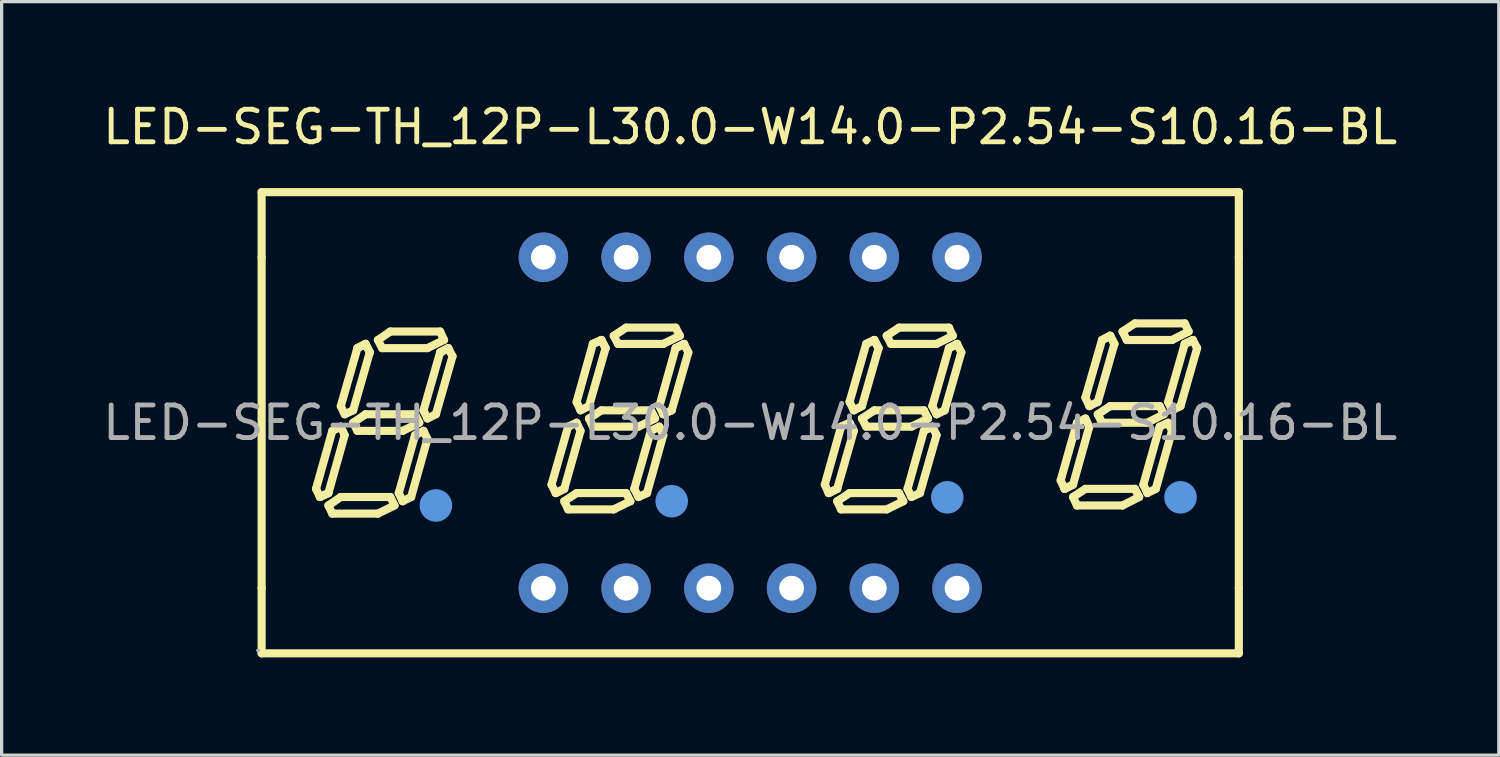
<source format=kicad_pcb>
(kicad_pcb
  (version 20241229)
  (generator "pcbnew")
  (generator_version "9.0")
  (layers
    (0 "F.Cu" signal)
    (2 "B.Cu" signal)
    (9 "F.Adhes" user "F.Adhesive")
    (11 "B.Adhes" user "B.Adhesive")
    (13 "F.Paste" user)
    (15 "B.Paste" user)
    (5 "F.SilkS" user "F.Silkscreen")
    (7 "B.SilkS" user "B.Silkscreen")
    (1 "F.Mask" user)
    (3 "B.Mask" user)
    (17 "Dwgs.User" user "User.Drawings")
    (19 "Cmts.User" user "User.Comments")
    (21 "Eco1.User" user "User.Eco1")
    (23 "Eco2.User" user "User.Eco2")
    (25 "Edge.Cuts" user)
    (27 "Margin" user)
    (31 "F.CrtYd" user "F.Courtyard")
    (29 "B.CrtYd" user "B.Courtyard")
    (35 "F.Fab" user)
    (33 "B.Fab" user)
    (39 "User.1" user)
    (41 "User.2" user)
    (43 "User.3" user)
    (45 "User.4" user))
  (footprint "LED-SEG-TH_12P-L30.0-W14.0-P2.54-S10.16-BL"
    (layer "F.Cu")
    (at 19.982 9.928)
    (property "Reference" "LED-SEG-TH_12P-L30.0-W14.0-P2.54-S10.16-BL" (at 0 -9.08 0) (layer "F.SilkS") (effects (font (size 1 1) (thickness 0.15))))
    (attr through_hole)
    (fp_line (start -15 -7.08) (end 15 -7.08) (stroke (width 0.25) (type solid)) (layer "F.SilkS"))
    (fp_line (start -15 -5.08) (end -15 -7.08) (stroke (width 0.25) (type solid)) (layer "F.SilkS"))
    (fp_line (start -15 5.08) (end -15 -5.08) (stroke (width 0.25) (type solid)) (layer "F.SilkS"))
    (fp_line (start -15 7.08) (end -15 5.08) (stroke (width 0.25) (type solid)) (layer "F.SilkS"))
    (fp_line (start -13.33 2.03) (end -13.21 2.28) (stroke (width 0.25) (type solid)) (layer "F.SilkS"))
    (fp_line (start -13.21 2.28) (end -12.95 2.16) (stroke (width 0.25) (type solid)) (layer "F.SilkS"))
    (fp_line (start -13.21 2.28) (end -12.95 2.16) (stroke (width 0.25) (type solid)) (layer "F.SilkS"))
    (fp_line (start -12.95 2.16) (end -12.45 0.38) (stroke (width 0.25) (type solid)) (layer "F.SilkS"))
    (fp_line (start -12.95 2.54) (end -12.57 2.28) (stroke (width 0.25) (type solid)) (layer "F.SilkS"))
    (fp_line (start -12.83 0.25) (end -13.33 2.03) (stroke (width 0.25) (type solid)) (layer "F.SilkS"))
    (fp_line (start -12.83 2.79) (end -12.95 2.54) (stroke (width 0.25) (type solid)) (layer "F.SilkS"))
    (fp_line (start -12.57 -0.51) (end -12.45 -0.26) (stroke (width 0.25) (type solid)) (layer "F.SilkS"))
    (fp_line (start -12.57 0.12) (end -12.83 0.25) (stroke (width 0.25) (type solid)) (layer "F.SilkS"))
    (fp_line (start -12.57 2.28) (end -11.05 2.28) (stroke (width 0.25) (type solid)) (layer "F.SilkS"))
    (fp_line (start -12.45 -0.26) (end -12.19 -0.38) (stroke (width 0.25) (type solid)) (layer "F.SilkS"))
    (fp_line (start -12.45 0.38) (end -12.57 0.12) (stroke (width 0.25) (type solid)) (layer "F.SilkS"))
    (fp_line (start -12.19 -0.38) (end -11.68 -2.16) (stroke (width 0.25) (type solid)) (layer "F.SilkS"))
    (fp_line (start -12.19 0) (end -11.81 -0.26) (stroke (width 0.25) (type solid)) (layer "F.SilkS"))
    (fp_line (start -12.06 -2.29) (end -12.57 -0.51) (stroke (width 0.25) (type solid)) (layer "F.SilkS"))
    (fp_line (start -12.06 -2.29) (end -11.81 -2.42) (stroke (width 0.25) (type solid)) (layer "F.SilkS"))
    (fp_line (start -12.06 0.25) (end -12.19 0) (stroke (width 0.25) (type solid)) (layer "F.SilkS"))
    (fp_line (start -11.81 -2.42) (end -12.06 -2.29) (stroke (width 0.25) (type solid)) (layer "F.SilkS"))
    (fp_line (start -11.81 -2.42) (end -11.68 -2.16) (stroke (width 0.25) (type solid)) (layer "F.SilkS"))
    (fp_line (start -11.81 -0.26) (end -10.29 -0.26) (stroke (width 0.25) (type solid)) (layer "F.SilkS"))
    (fp_line (start -11.68 -2.16) (end -11.81 -2.42) (stroke (width 0.25) (type solid)) (layer "F.SilkS"))
    (fp_line (start -11.43 -2.54) (end -11.05 -2.8) (stroke (width 0.25) (type solid)) (layer "F.SilkS"))
    (fp_line (start -11.43 2.79) (end -12.83 2.79) (stroke (width 0.25) (type solid)) (layer "F.SilkS"))
    (fp_line (start -11.3 -2.29) (end -11.43 -2.54) (stroke (width 0.25) (type solid)) (layer "F.SilkS"))
    (fp_line (start -11.05 -2.8) (end -9.52 -2.8) (stroke (width 0.25) (type solid)) (layer "F.SilkS"))
    (fp_line (start -11.05 2.28) (end -10.92 2.54) (stroke (width 0.25) (type solid)) (layer "F.SilkS"))
    (fp_line (start -10.92 2.54) (end -11.43 2.79) (stroke (width 0.25) (type solid)) (layer "F.SilkS"))
    (fp_line (start -10.79 2.16) (end -10.67 2.41) (stroke (width 0.25) (type solid)) (layer "F.SilkS"))
    (fp_line (start -10.67 0.25) (end -12.06 0.25) (stroke (width 0.25) (type solid)) (layer "F.SilkS"))
    (fp_line (start -10.67 2.41) (end -10.41 2.28) (stroke (width 0.25) (type solid)) (layer "F.SilkS"))
    (fp_line (start -10.41 2.28) (end -9.91 0.5) (stroke (width 0.25) (type solid)) (layer "F.SilkS"))
    (fp_line (start -10.29 -0.26) (end -10.16 0) (stroke (width 0.25) (type solid)) (layer "F.SilkS"))
    (fp_line (start -10.29 0.38) (end -10.79 2.16) (stroke (width 0.25) (type solid)) (layer "F.SilkS"))
    (fp_line (start -10.16 0) (end -10.67 0.25) (stroke (width 0.25) (type solid)) (layer "F.SilkS"))
    (fp_line (start -10.03 -0.38) (end -9.52 -2.16) (stroke (width 0.25) (type solid)) (layer "F.SilkS"))
    (fp_line (start -10.03 0.25) (end -10.29 0.38) (stroke (width 0.25) (type solid)) (layer "F.SilkS"))
    (fp_line (start -9.91 -2.29) (end -11.3 -2.29) (stroke (width 0.25) (type solid)) (layer "F.SilkS"))
    (fp_line (start -9.91 -0.13) (end -10.03 -0.38) (stroke (width 0.25) (type solid)) (layer "F.SilkS"))
    (fp_line (start -9.91 0.5) (end -10.03 0.25) (stroke (width 0.25) (type solid)) (layer "F.SilkS"))
    (fp_line (start -9.65 -0.26) (end -9.91 -0.13) (stroke (width 0.25) (type solid)) (layer "F.SilkS"))
    (fp_line (start -9.52 -2.8) (end -9.4 -2.54) (stroke (width 0.25) (type solid)) (layer "F.SilkS"))
    (fp_line (start -9.52 -2.16) (end -9.27 -2.29) (stroke (width 0.25) (type solid)) (layer "F.SilkS"))
    (fp_line (start -9.4 -2.54) (end -9.91 -2.29) (stroke (width 0.25) (type solid)) (layer "F.SilkS"))
    (fp_line (start -9.27 -2.29) (end -9.52 -2.16) (stroke (width 0.25) (type solid)) (layer "F.SilkS"))
    (fp_line (start -9.27 -2.29) (end -9.14 -2.04) (stroke (width 0.25) (type solid)) (layer "F.SilkS"))
    (fp_line (start -9.14 -2.04) (end -9.65 -0.26) (stroke (width 0.25) (type solid)) (layer "F.SilkS"))
    (fp_line (start -6.1 1.9) (end -5.97 2.16) (stroke (width 0.25) (type solid)) (layer "F.SilkS"))
    (fp_line (start -5.97 2.16) (end -5.71 2.03) (stroke (width 0.25) (type solid)) (layer "F.SilkS"))
    (fp_line (start -5.97 2.16) (end -5.71 2.03) (stroke (width 0.25) (type solid)) (layer "F.SilkS"))
    (fp_line (start -5.71 2.03) (end -5.21 0.25) (stroke (width 0.25) (type solid)) (layer "F.SilkS"))
    (fp_line (start -5.71 2.41) (end -5.33 2.16) (stroke (width 0.25) (type solid)) (layer "F.SilkS"))
    (fp_line (start -5.59 0.12) (end -6.1 1.9) (stroke (width 0.25) (type solid)) (layer "F.SilkS"))
    (fp_line (start -5.59 2.66) (end -5.71 2.41) (stroke (width 0.25) (type solid)) (layer "F.SilkS"))
    (fp_line (start -5.33 -0.64) (end -5.21 -0.38) (stroke (width 0.25) (type solid)) (layer "F.SilkS"))
    (fp_line (start -5.33 0) (end -5.59 0.12) (stroke (width 0.25) (type solid)) (layer "F.SilkS"))
    (fp_line (start -5.33 2.16) (end -3.81 2.16) (stroke (width 0.25) (type solid)) (layer "F.SilkS"))
    (fp_line (start -5.21 -0.38) (end -4.95 -0.51) (stroke (width 0.25) (type solid)) (layer "F.SilkS"))
    (fp_line (start -5.21 0.25) (end -5.33 0) (stroke (width 0.25) (type solid)) (layer "F.SilkS"))
    (fp_line (start -4.95 -0.51) (end -4.44 -2.29) (stroke (width 0.25) (type solid)) (layer "F.SilkS"))
    (fp_line (start -4.95 -0.13) (end -4.57 -0.38) (stroke (width 0.25) (type solid)) (layer "F.SilkS"))
    (fp_line (start -4.83 -2.42) (end -5.33 -0.64) (stroke (width 0.25) (type solid)) (layer "F.SilkS"))
    (fp_line (start -4.83 0.12) (end -4.95 -0.13) (stroke (width 0.25) (type solid)) (layer "F.SilkS"))
    (fp_line (start -4.57 -2.54) (end -4.83 -2.42) (stroke (width 0.25) (type solid)) (layer "F.SilkS"))
    (fp_line (start -4.57 -2.54) (end -4.83 -2.42) (stroke (width 0.25) (type solid)) (layer "F.SilkS"))
    (fp_line (start -4.57 -0.38) (end -3.05 -0.38) (stroke (width 0.25) (type solid)) (layer "F.SilkS"))
    (fp_line (start -4.44 -2.29) (end -4.57 -2.54) (stroke (width 0.25) (type solid)) (layer "F.SilkS"))
    (fp_line (start -4.44 -2.29) (end -4.57 -2.54) (stroke (width 0.25) (type solid)) (layer "F.SilkS"))
    (fp_line (start -4.19 -2.67) (end -3.81 -2.92) (stroke (width 0.25) (type solid)) (layer "F.SilkS"))
    (fp_line (start -4.19 2.66) (end -5.59 2.66) (stroke (width 0.25) (type solid)) (layer "F.SilkS"))
    (fp_line (start -4.06 -2.42) (end -4.19 -2.67) (stroke (width 0.25) (type solid)) (layer "F.SilkS"))
    (fp_line (start -3.81 -2.92) (end -2.29 -2.92) (stroke (width 0.25) (type solid)) (layer "F.SilkS"))
    (fp_line (start -3.81 2.16) (end -3.68 2.41) (stroke (width 0.25) (type solid)) (layer "F.SilkS"))
    (fp_line (start -3.68 2.41) (end -4.19 2.66) (stroke (width 0.25) (type solid)) (layer "F.SilkS"))
    (fp_line (start -3.56 2.03) (end -3.43 2.28) (stroke (width 0.25) (type solid)) (layer "F.SilkS"))
    (fp_line (start -3.43 0.12) (end -4.83 0.12) (stroke (width 0.25) (type solid)) (layer "F.SilkS"))
    (fp_line (start -3.43 2.28) (end -3.17 2.16) (stroke (width 0.25) (type solid)) (layer "F.SilkS"))
    (fp_line (start -3.17 2.16) (end -2.67 0.38) (stroke (width 0.25) (type solid)) (layer "F.SilkS"))
    (fp_line (start -3.05 -0.38) (end -2.92 -0.13) (stroke (width 0.25) (type solid)) (layer "F.SilkS"))
    (fp_line (start -3.05 0.25) (end -3.56 2.03) (stroke (width 0.25) (type solid)) (layer "F.SilkS"))
    (fp_line (start -2.92 -0.13) (end -3.43 0.12) (stroke (width 0.25) (type solid)) (layer "F.SilkS"))
    (fp_line (start -2.79 -0.51) (end -2.67 -0.26) (stroke (width 0.25) (type solid)) (layer "F.SilkS"))
    (fp_line (start -2.79 0.12) (end -3.05 0.25) (stroke (width 0.25) (type solid)) (layer "F.SilkS"))
    (fp_line (start -2.67 -2.42) (end -4.06 -2.42) (stroke (width 0.25) (type solid)) (layer "F.SilkS"))
    (fp_line (start -2.67 -0.26) (end -2.41 -0.38) (stroke (width 0.25) (type solid)) (layer "F.SilkS"))
    (fp_line (start -2.67 0.38) (end -2.79 0.12) (stroke (width 0.25) (type solid)) (layer "F.SilkS"))
    (fp_line (start -2.41 -0.38) (end -1.9 -2.16) (stroke (width 0.25) (type solid)) (layer "F.SilkS"))
    (fp_line (start -2.29 -2.92) (end -2.16 -2.67) (stroke (width 0.25) (type solid)) (layer "F.SilkS"))
    (fp_line (start -2.29 -2.29) (end -2.79 -0.51) (stroke (width 0.25) (type solid)) (layer "F.SilkS"))
    (fp_line (start -2.29 -2.29) (end -2.03 -2.42) (stroke (width 0.25) (type solid)) (layer "F.SilkS"))
    (fp_line (start -2.16 -2.67) (end -2.67 -2.42) (stroke (width 0.25) (type solid)) (layer "F.SilkS"))
    (fp_line (start -2.03 -2.42) (end -2.29 -2.29) (stroke (width 0.25) (type solid)) (layer "F.SilkS"))
    (fp_line (start -1.9 -2.16) (end -2.03 -2.42) (stroke (width 0.25) (type solid)) (layer "F.SilkS"))
    (fp_line (start 2.29 1.9) (end 2.41 2.16) (stroke (width 0.25) (type solid)) (layer "F.SilkS"))
    (fp_line (start 2.41 2.16) (end 2.67 2.03) (stroke (width 0.25) (type solid)) (layer "F.SilkS"))
    (fp_line (start 2.41 2.16) (end 2.67 2.03) (stroke (width 0.25) (type solid)) (layer "F.SilkS"))
    (fp_line (start 2.67 2.03) (end 3.18 0.25) (stroke (width 0.25) (type solid)) (layer "F.SilkS"))
    (fp_line (start 2.67 2.41) (end 3.05 2.16) (stroke (width 0.25) (type solid)) (layer "F.SilkS"))
    (fp_line (start 2.79 0.12) (end 2.29 1.9) (stroke (width 0.25) (type solid)) (layer "F.SilkS"))
    (fp_line (start 2.79 2.66) (end 2.67 2.41) (stroke (width 0.25) (type solid)) (layer "F.SilkS"))
    (fp_line (start 3.05 -0.64) (end 3.18 -0.38) (stroke (width 0.25) (type solid)) (layer "F.SilkS"))
    (fp_line (start 3.05 0) (end 2.79 0.12) (stroke (width 0.25) (type solid)) (layer "F.SilkS"))
    (fp_line (start 3.05 2.16) (end 4.57 2.16) (stroke (width 0.25) (type solid)) (layer "F.SilkS"))
    (fp_line (start 3.18 -0.38) (end 3.43 -0.51) (stroke (width 0.25) (type solid)) (layer "F.SilkS"))
    (fp_line (start 3.18 0.25) (end 3.05 0) (stroke (width 0.25) (type solid)) (layer "F.SilkS"))
    (fp_line (start 3.43 -0.51) (end 3.94 -2.29) (stroke (width 0.25) (type solid)) (layer "F.SilkS"))
    (fp_line (start 3.43 -0.13) (end 3.81 -0.38) (stroke (width 0.25) (type solid)) (layer "F.SilkS"))
    (fp_line (start 3.56 -2.42) (end 3.05 -0.64) (stroke (width 0.25) (type solid)) (layer "F.SilkS"))
    (fp_line (start 3.56 -2.42) (end 3.81 -2.54) (stroke (width 0.25) (type solid)) (layer "F.SilkS"))
    (fp_line (start 3.56 0.12) (end 3.43 -0.13) (stroke (width 0.25) (type solid)) (layer "F.SilkS"))
    (fp_line (start 3.81 -2.54) (end 3.56 -2.42) (stroke (width 0.25) (type solid)) (layer "F.SilkS"))
    (fp_line (start 3.81 -2.54) (end 3.94 -2.29) (stroke (width 0.25) (type solid)) (layer "F.SilkS"))
    (fp_line (start 3.81 -0.38) (end 5.33 -0.38) (stroke (width 0.25) (type solid)) (layer "F.SilkS"))
    (fp_line (start 3.94 -2.29) (end 3.81 -2.54) (stroke (width 0.25) (type solid)) (layer "F.SilkS"))
    (fp_line (start 4.19 -2.67) (end 4.57 -2.92) (stroke (width 0.25) (type solid)) (layer "F.SilkS"))
    (fp_line (start 4.19 2.66) (end 2.79 2.66) (stroke (width 0.25) (type solid)) (layer "F.SilkS"))
    (fp_line (start 4.32 -2.42) (end 4.19 -2.67) (stroke (width 0.25) (type solid)) (layer "F.SilkS"))
    (fp_line (start 4.57 -2.92) (end 6.1 -2.92) (stroke (width 0.25) (type solid)) (layer "F.SilkS"))
    (fp_line (start 4.57 2.16) (end 4.7 2.41) (stroke (width 0.25) (type solid)) (layer "F.SilkS"))
    (fp_line (start 4.7 2.41) (end 4.19 2.66) (stroke (width 0.25) (type solid)) (layer "F.SilkS"))
    (fp_line (start 4.83 2.03) (end 4.95 2.28) (stroke (width 0.25) (type solid)) (layer "F.SilkS"))
    (fp_line (start 4.95 0.12) (end 3.56 0.12) (stroke (width 0.25) (type solid)) (layer "F.SilkS"))
    (fp_line (start 4.95 2.28) (end 5.21 2.16) (stroke (width 0.25) (type solid)) (layer "F.SilkS"))
    (fp_line (start 5.21 2.16) (end 5.72 0.38) (stroke (width 0.25) (type solid)) (layer "F.SilkS"))
    (fp_line (start 5.33 -0.38) (end 5.46 -0.13) (stroke (width 0.25) (type solid)) (layer "F.SilkS"))
    (fp_line (start 5.33 0.25) (end 4.83 2.03) (stroke (width 0.25) (type solid)) (layer "F.SilkS"))
    (fp_line (start 5.46 -0.13) (end 4.95 0.12) (stroke (width 0.25) (type solid)) (layer "F.SilkS"))
    (fp_line (start 5.59 -0.51) (end 6.1 -2.29) (stroke (width 0.25) (type solid)) (layer "F.SilkS"))
    (fp_line (start 5.59 0.12) (end 5.33 0.25) (stroke (width 0.25) (type solid)) (layer "F.SilkS"))
    (fp_line (start 5.72 -2.42) (end 4.32 -2.42) (stroke (width 0.25) (type solid)) (layer "F.SilkS"))
    (fp_line (start 5.72 -0.26) (end 5.59 -0.51) (stroke (width 0.25) (type solid)) (layer "F.SilkS"))
    (fp_line (start 5.72 0.38) (end 5.59 0.12) (stroke (width 0.25) (type solid)) (layer "F.SilkS"))
    (fp_line (start 5.97 -0.38) (end 5.72 -0.26) (stroke (width 0.25) (type solid)) (layer "F.SilkS"))
    (fp_line (start 6.1 -2.92) (end 6.22 -2.67) (stroke (width 0.25) (type solid)) (layer "F.SilkS"))
    (fp_line (start 6.1 -2.29) (end 6.35 -2.42) (stroke (width 0.25) (type solid)) (layer "F.SilkS"))
    (fp_line (start 6.22 -2.67) (end 5.72 -2.42) (stroke (width 0.25) (type solid)) (layer "F.SilkS"))
    (fp_line (start 6.35 -2.42) (end 6.1 -2.29) (stroke (width 0.25) (type solid)) (layer "F.SilkS"))
    (fp_line (start 6.35 -2.42) (end 6.48 -2.16) (stroke (width 0.25) (type solid)) (layer "F.SilkS"))
    (fp_line (start 6.48 -2.16) (end 5.97 -0.38) (stroke (width 0.25) (type solid)) (layer "F.SilkS"))
    (fp_line (start 9.53 1.77) (end 9.65 2.03) (stroke (width 0.25) (type solid)) (layer "F.SilkS"))
    (fp_line (start 9.65 2.03) (end 9.91 1.9) (stroke (width 0.25) (type solid)) (layer "F.SilkS"))
    (fp_line (start 9.65 2.03) (end 9.91 1.9) (stroke (width 0.25) (type solid)) (layer "F.SilkS"))
    (fp_line (start 9.91 1.9) (end 10.41 0.12) (stroke (width 0.25) (type solid)) (layer "F.SilkS"))
    (fp_line (start 9.91 2.28) (end 10.29 2.03) (stroke (width 0.25) (type solid)) (layer "F.SilkS"))
    (fp_line (start 10.03 0) (end 9.53 1.77) (stroke (width 0.25) (type solid)) (layer "F.SilkS"))
    (fp_line (start 10.03 2.54) (end 9.91 2.28) (stroke (width 0.25) (type solid)) (layer "F.SilkS"))
    (fp_line (start 10.29 -0.77) (end 10.41 -0.51) (stroke (width 0.25) (type solid)) (layer "F.SilkS"))
    (fp_line (start 10.29 -0.13) (end 10.03 0) (stroke (width 0.25) (type solid)) (layer "F.SilkS"))
    (fp_line (start 10.29 2.03) (end 11.81 2.03) (stroke (width 0.25) (type solid)) (layer "F.SilkS"))
    (fp_line (start 10.41 -0.51) (end 10.67 -0.64) (stroke (width 0.25) (type solid)) (layer "F.SilkS"))
    (fp_line (start 10.41 0.12) (end 10.29 -0.13) (stroke (width 0.25) (type solid)) (layer "F.SilkS"))
    (fp_line (start 10.67 -0.64) (end 11.18 -2.42) (stroke (width 0.25) (type solid)) (layer "F.SilkS"))
    (fp_line (start 10.67 -0.26) (end 11.05 -0.51) (stroke (width 0.25) (type solid)) (layer "F.SilkS"))
    (fp_line (start 10.8 -2.54) (end 10.29 -0.77) (stroke (width 0.25) (type solid)) (layer "F.SilkS"))
    (fp_line (start 10.8 0) (end 10.67 -0.26) (stroke (width 0.25) (type solid)) (layer "F.SilkS"))
    (fp_line (start 11.05 -2.67) (end 10.8 -2.54) (stroke (width 0.25) (type solid)) (layer "F.SilkS"))
    (fp_line (start 11.05 -2.67) (end 10.8 -2.54) (stroke (width 0.25) (type solid)) (layer "F.SilkS"))
    (fp_line (start 11.05 -0.51) (end 12.57 -0.51) (stroke (width 0.25) (type solid)) (layer "F.SilkS"))
    (fp_line (start 11.18 -2.42) (end 11.05 -2.67) (stroke (width 0.25) (type solid)) (layer "F.SilkS"))
    (fp_line (start 11.18 -2.42) (end 11.05 -2.67) (stroke (width 0.25) (type solid)) (layer "F.SilkS"))
    (fp_line (start 11.43 -2.8) (end 11.81 -3.05) (stroke (width 0.25) (type solid)) (layer "F.SilkS"))
    (fp_line (start 11.43 2.54) (end 10.03 2.54) (stroke (width 0.25) (type solid)) (layer "F.SilkS"))
    (fp_line (start 11.56 -2.54) (end 11.43 -2.8) (stroke (width 0.25) (type solid)) (layer "F.SilkS"))
    (fp_line (start 11.81 -3.05) (end 13.34 -3.05) (stroke (width 0.25) (type solid)) (layer "F.SilkS"))
    (fp_line (start 11.81 2.03) (end 11.94 2.28) (stroke (width 0.25) (type solid)) (layer "F.SilkS"))
    (fp_line (start 11.94 2.28) (end 11.43 2.54) (stroke (width 0.25) (type solid)) (layer "F.SilkS"))
    (fp_line (start 12.07 1.9) (end 12.19 2.16) (stroke (width 0.25) (type solid)) (layer "F.SilkS"))
    (fp_line (start 12.19 0) (end 10.8 0) (stroke (width 0.25) (type solid)) (layer "F.SilkS"))
    (fp_line (start 12.19 2.16) (end 12.45 2.03) (stroke (width 0.25) (type solid)) (layer "F.SilkS"))
    (fp_line (start 12.45 2.03) (end 12.95 0.25) (stroke (width 0.25) (type solid)) (layer "F.SilkS"))
    (fp_line (start 12.57 -0.51) (end 12.7 -0.26) (stroke (width 0.25) (type solid)) (layer "F.SilkS"))
    (fp_line (start 12.57 0.12) (end 12.07 1.9) (stroke (width 0.25) (type solid)) (layer "F.SilkS"))
    (fp_line (start 12.7 -0.26) (end 12.19 0) (stroke (width 0.25) (type solid)) (layer "F.SilkS"))
    (fp_line (start 12.83 -0.64) (end 12.95 -0.38) (stroke (width 0.25) (type solid)) (layer "F.SilkS"))
    (fp_line (start 12.83 0) (end 12.57 0.12) (stroke (width 0.25) (type solid)) (layer "F.SilkS"))
    (fp_line (start 12.95 -2.54) (end 11.56 -2.54) (stroke (width 0.25) (type solid)) (layer "F.SilkS"))
    (fp_line (start 12.95 -0.38) (end 13.21 -0.51) (stroke (width 0.25) (type solid)) (layer "F.SilkS"))
    (fp_line (start 12.95 0.25) (end 12.83 0) (stroke (width 0.25) (type solid)) (layer "F.SilkS"))
    (fp_line (start 13.21 -0.51) (end 13.72 -2.29) (stroke (width 0.25) (type solid)) (layer "F.SilkS"))
    (fp_line (start 13.34 -3.05) (end 13.46 -2.8) (stroke (width 0.25) (type solid)) (layer "F.SilkS"))
    (fp_line (start 13.34 -2.42) (end 12.83 -0.64) (stroke (width 0.25) (type solid)) (layer "F.SilkS"))
    (fp_line (start 13.34 -2.42) (end 13.59 -2.54) (stroke (width 0.25) (type solid)) (layer "F.SilkS"))
    (fp_line (start 13.46 -2.8) (end 12.95 -2.54) (stroke (width 0.25) (type solid)) (layer "F.SilkS"))
    (fp_line (start 13.59 -2.54) (end 13.34 -2.42) (stroke (width 0.25) (type solid)) (layer "F.SilkS"))
    (fp_line (start 13.72 -2.29) (end 13.59 -2.54) (stroke (width 0.25) (type solid)) (layer "F.SilkS"))
    (fp_line (start 15 -7.08) (end 15 -5.08) (stroke (width 0.25) (type solid)) (layer "F.SilkS"))
    (fp_line (start 15 -5.08) (end 15 5.08) (stroke (width 0.25) (type solid)) (layer "F.SilkS"))
    (fp_line (start 15 5.08) (end 15 7.08) (stroke (width 0.25) (type solid)) (layer "F.SilkS"))
    (fp_line (start 15 7.08) (end -15 7.08) (stroke (width 0.25) (type solid)) (layer "F.SilkS"))
    (fp_arc (start -9.7 2.36) (mid -9.715001 2.720208) (end -9.710001 2.359722) (stroke (width 0.25) (type solid)) (layer "F.SilkS"))
    (fp_arc (start -2.46 2.23) (mid -2.475001 2.590208) (end -2.470001 2.229722) (stroke (width 0.25) (type solid)) (layer "F.SilkS"))
    (fp_arc (start 5.92 2.23) (mid 5.92 2.23) (end 5.92 2.23) (stroke (width 0.25) (type solid)) (layer "F.SilkS"))
    (fp_arc (start 13.16 2.1) (mid 13.144999 2.460208) (end 13.149999 2.099722) (stroke (width 0.25) (type solid)) (layer "F.SilkS"))
    (fp_circle (center -9.65 2.54) (end -9.4 2.54) (stroke (width 0.5) (type solid)) (fill no) (layer "Cmts.User"))
    (fp_circle (center -2.41 2.41) (end -2.16 2.41) (stroke (width 0.5) (type solid)) (fill no) (layer "Cmts.User"))
    (fp_circle (center 6.05 2.29) (end 6.3 2.29) (stroke (width 0.5) (type solid)) (fill no) (layer "Cmts.User"))
    (fp_circle (center 13.21 2.29) (end 13.46 2.29) (stroke (width 0.5) (type solid)) (fill no) (layer "Cmts.User"))
    (fp_circle (center -15.11 6.99) (end -15.08 6.99) (stroke (width 0.06) (type solid)) (fill no) (layer "F.Fab"))
    (fp_circle (center -6.35 -5.08) (end -6.24 -5.08) (stroke (width 0.22) (type solid)) (fill no) (layer "F.Fab"))
    (fp_circle (center -6.35 5.08) (end -6.24 5.08) (stroke (width 0.22) (type solid)) (fill no) (layer "F.Fab"))
    (fp_circle (center -3.81 -5.08) (end -3.7 -5.08) (stroke (width 0.22) (type solid)) (fill no) (layer "F.Fab"))
    (fp_circle (center -3.81 5.08) (end -3.7 5.08) (stroke (width 0.22) (type solid)) (fill no) (layer "F.Fab"))
    (fp_circle (center -1.27 -5.08) (end -1.16 -5.08) (stroke (width 0.22) (type solid)) (fill no) (layer "F.Fab"))
    (fp_circle (center -1.27 5.08) (end -1.16 5.08) (stroke (width 0.22) (type solid)) (fill no) (layer "F.Fab"))
    (fp_circle (center 1.27 -5.08) (end 1.38 -5.08) (stroke (width 0.22) (type solid)) (fill no) (layer "F.Fab"))
    (fp_circle (center 1.27 5.08) (end 1.38 5.08) (stroke (width 0.22) (type solid)) (fill no) (layer "F.Fab"))
    (fp_circle (center 3.81 -5.08) (end 3.92 -5.08) (stroke (width 0.22) (type solid)) (fill no) (layer "F.Fab"))
    (fp_circle (center 3.81 5.08) (end 3.92 5.08) (stroke (width 0.22) (type solid)) (fill no) (layer "F.Fab"))
    (fp_circle (center 6.35 -5.08) (end 6.46 -5.08) (stroke (width 0.22) (type solid)) (fill no) (layer "F.Fab"))
    (fp_circle (center 6.35 5.08) (end 6.46 5.08) (stroke (width 0.22) (type solid)) (fill no) (layer "F.Fab"))
    (fp_text user "${REFERENCE}" (at 0 0 0) (layer "F.Fab") (effects (font (size 1 1) (thickness 0.15))))
    (pad "1" thru_hole circle (at -6.35 5.08) (size 1.52 1.52) (drill 0.762) (layers "*.Cu" "*.Paste" "*.Mask"))
    (pad "2" thru_hole circle (at -3.81 5.08) (size 1.52 1.52) (drill 0.762) (layers "*.Cu" "*.Paste" "*.Mask"))
    (pad "3" thru_hole circle (at -1.27 5.08) (size 1.52 1.52) (drill 0.762) (layers "*.Cu" "*.Paste" "*.Mask"))
    (pad "4" thru_hole circle (at 1.27 5.08) (size 1.52 1.52) (drill 0.762) (layers "*.Cu" "*.Paste" "*.Mask"))
    (pad "5" thru_hole circle (at 3.81 5.08) (size 1.52 1.52) (drill 0.762) (layers "*.Cu" "*.Paste" "*.Mask"))
    (pad "6" thru_hole circle (at 6.35 5.08) (size 1.52 1.52) (drill 0.762) (layers "*.Cu" "*.Paste" "*.Mask"))
    (pad "7" thru_hole circle (at 6.35 -5.08) (size 1.52 1.52) (drill 0.762) (layers "*.Cu" "*.Paste" "*.Mask"))
    (pad "8" thru_hole circle (at 3.81 -5.08) (size 1.52 1.52) (drill 0.762) (layers "*.Cu" "*.Paste" "*.Mask"))
    (pad "9" thru_hole circle (at 1.27 -5.08) (size 1.52 1.52) (drill 0.762) (layers "*.Cu" "*.Paste" "*.Mask"))
    (pad "10" thru_hole circle (at -1.27 -5.08) (size 1.52 1.52) (drill 0.762) (layers "*.Cu" "*.Paste" "*.Mask"))
    (pad "11" thru_hole circle (at -3.81 -5.08) (size 1.52 1.52) (drill 0.762) (layers "*.Cu" "*.Paste" "*.Mask"))
    (pad "12" thru_hole circle (at -6.35 -5.08) (size 1.52 1.52) (drill 0.762) (layers "*.Cu" "*.Paste" "*.Mask")))
  (gr_rect
    (start -3 -3)
    (end 42.964 20.133)
    (stroke (width 0.1) (type default))
    (fill no)
    (layer "Edge.Cuts")))
</source>
